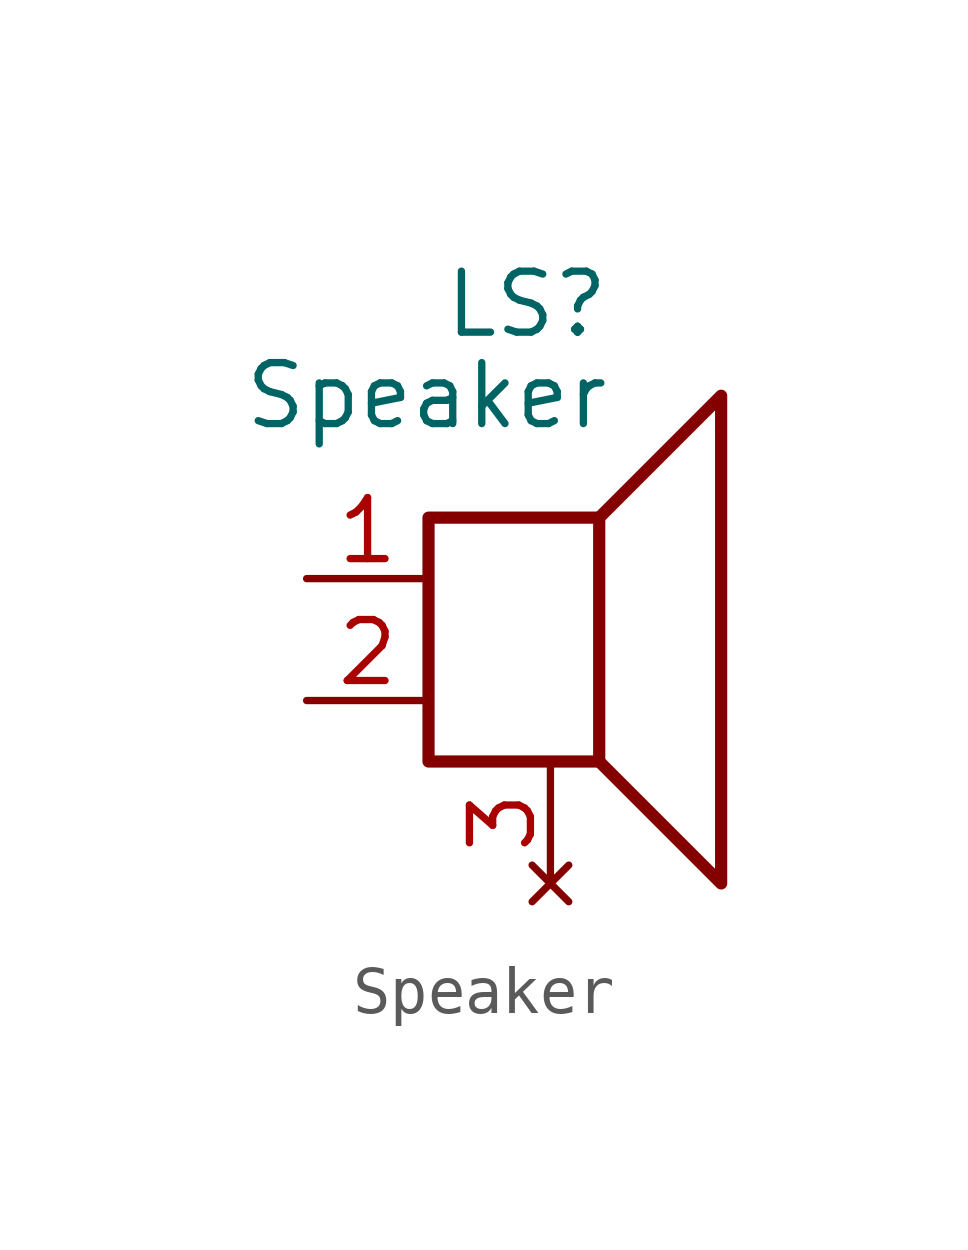
<source format=kicad_sym>
(kicad_symbol_lib
  (version 20241209)
  (generator "kicad_symbol_editor")
  (generator_version "9.0")
  (symbol "Speaker"
    (pin_names
      (offset 0)
      (hide yes))
    (property "Reference" "LS"
      (at 1.27 5.715 0)
      (effects (font (size 1.27 1.27)) (justify right)))
    (property "Value" "Speaker"
      (at 1.27 3.81 0)
      (effects (font (size 1.27 1.27)) (justify right)))
    (symbol "Speaker_0_0"
      (rectangle (start -2.54 1.27) (end 1.016 -3.81) (stroke (width 0.254) (type default)) (fill (type none)))
      (polyline (pts (xy 1.016 1.27) (xy 3.556 3.81) (xy 3.556 -6.35) (xy 1.016 -3.81)) (stroke (width 0.254) (type default)) (fill (type none))))
    (symbol "Speaker_1_1"
      (pin input line (at -5.08 0 0) (length 2.54) (name "1" (effects (font (size 1.27 1.27)))) (number "1" (effects (font (size 1.27 1.27)))))
      (pin input line (at -5.08 -2.54 0) (length 2.54) (name "2" (effects (font (size 1.27 1.27)))) (number "2" (effects (font (size 1.27 1.27)))))
      (pin no_connect line (at 0 -6.35 90) (length 2.54) (name "MP" (effects (font (size 1.27 1.27)))) (number "3" (effects (font (size 1.27 1.27))))))))
</source>
